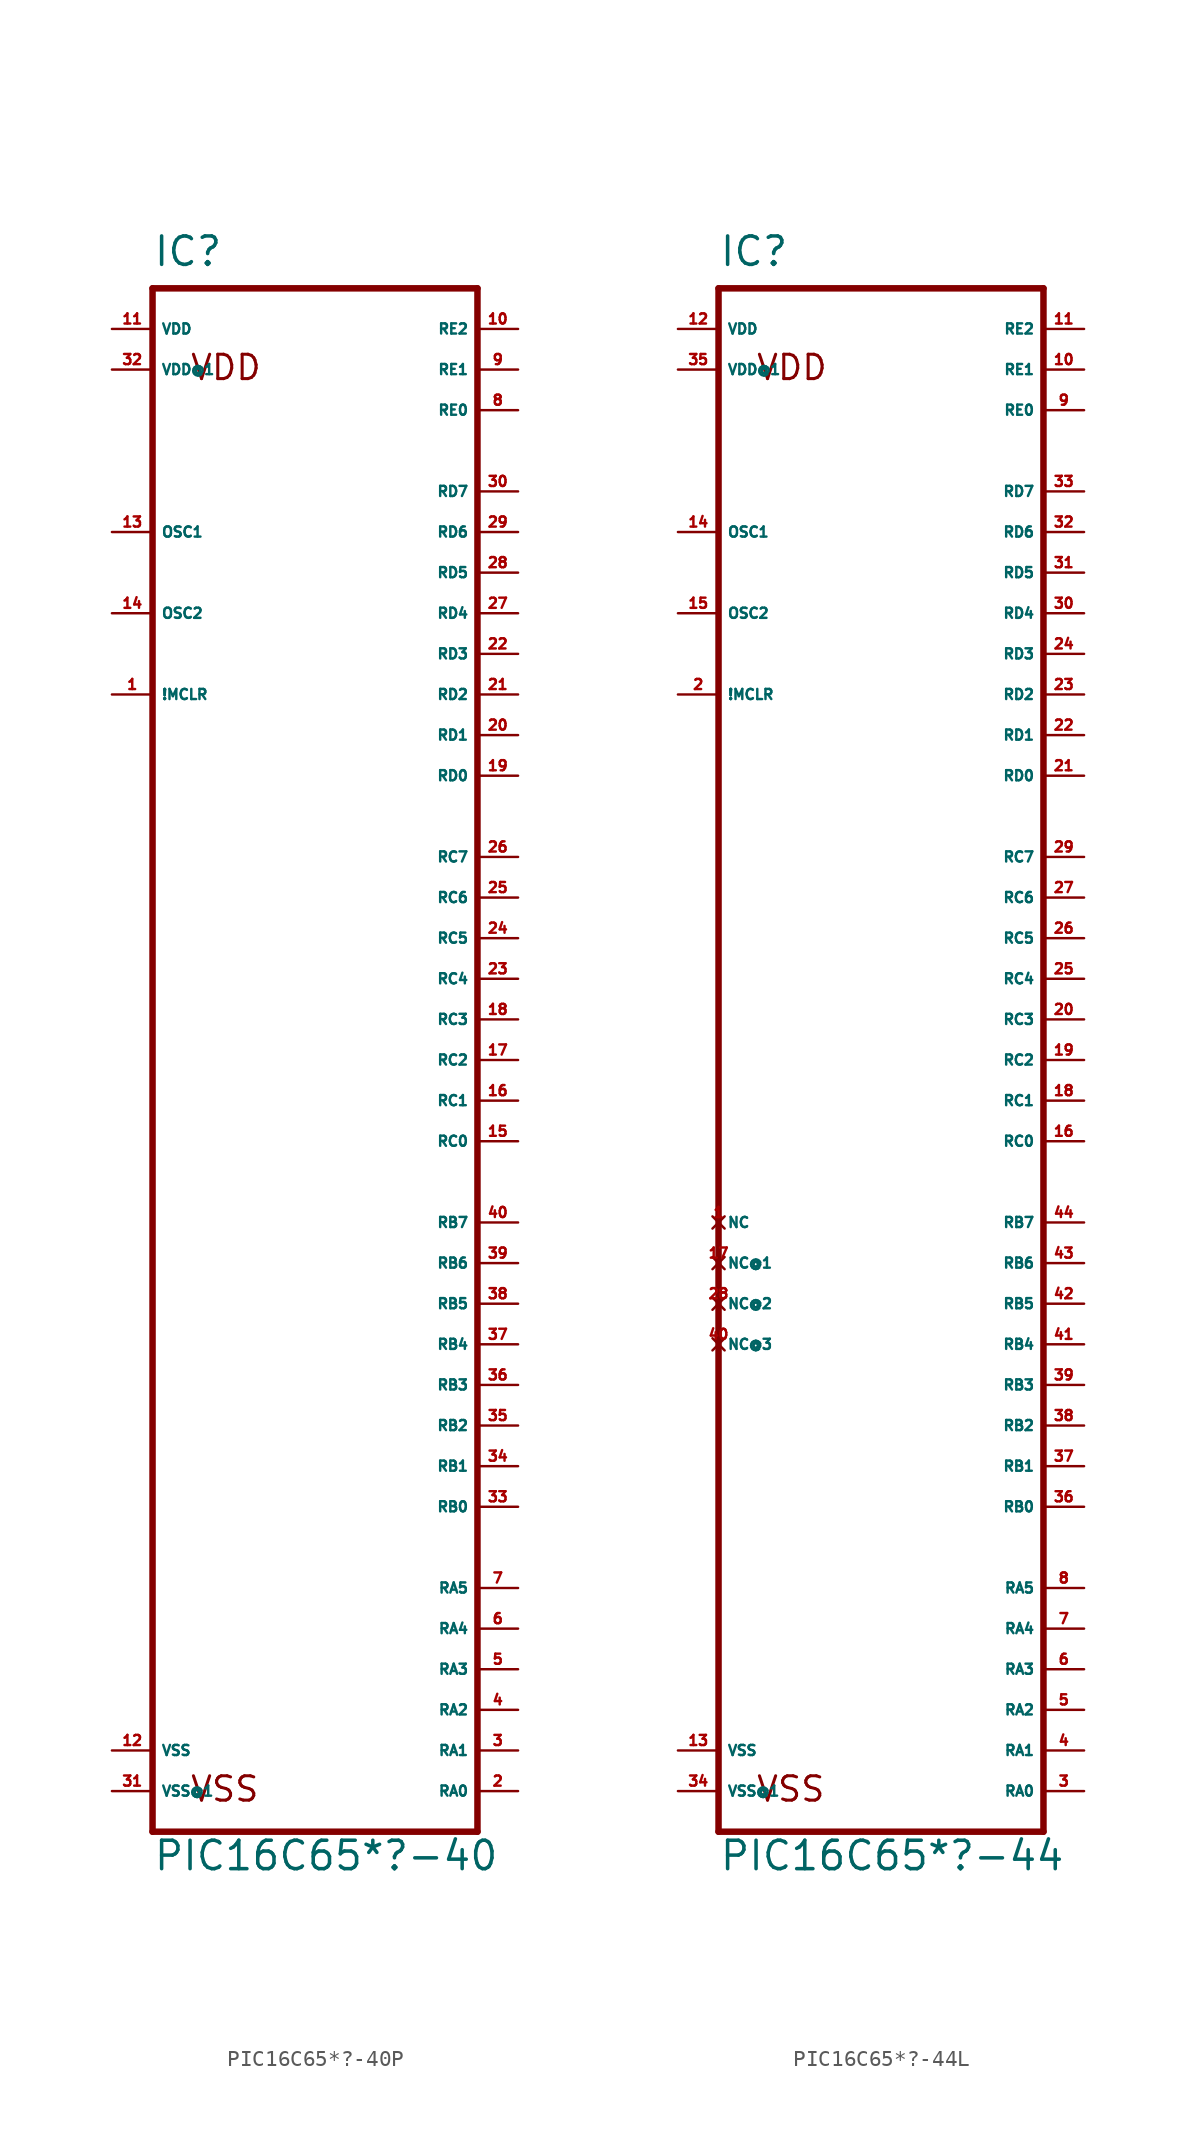
<source format=kicad_sym>
(kicad_symbol_lib
  (version 20220914)
  (generator Eagle2Kicad)
  (symbol "PIC16C65*?-40P"
    (property "Reference" "IC"
      (at -10.16 49.53 0)
      (effects (font (size 1.778 1.778) (thickness 0.22)) (justify left bottom)))
    (property "Value" "PIC16C65*?-40"
      (at -10.16 -50.8 0)
      (effects (font (size 1.778 1.778) (thickness 0.22)) (justify left bottom)))
    (polyline
      (pts (xy -10.16 -48.26) (xy 10.16 -48.26))
      (stroke (width 0.406) (type default))
      (fill (type none)))
    (polyline
      (pts (xy 10.16 -48.26) (xy 10.16 48.26))
      (stroke (width 0.406) (type default))
      (fill (type none)))
    (polyline
      (pts (xy 10.16 48.26) (xy -10.16 48.26))
      (stroke (width 0.406) (type default))
      (fill (type none)))
    (polyline
      (pts (xy -10.16 48.26) (xy -10.16 -48.26))
      (stroke (width 0.406) (type default))
      (fill (type none)))
    (text "VDD"
      (at -7.874 42.418 0)
      (effects (font (size 1.524 1.524) (thickness 0.19)) (justify left bottom)))
    (text "VSS"
      (at -7.874 -46.482 0)
      (effects (font (size 1.524 1.524) (thickness 0.19)) (justify left bottom)))
    (pin input line
      (at -12.7 22.86 0)
      (length 2.54)
      (name "!MCLR" (effects (font (size 0.635 0.635) (thickness 0.08)) (justify left bottom)))
      (number "1" (effects (font (size 0.635 0.635) (thickness 0.08)) (justify left bottom))))
    (pin input line
      (at -12.7 33.02 0)
      (length 2.54)
      (name "OSC1" (effects (font (size 0.635 0.635) (thickness 0.08)) (justify left bottom)))
      (number "13" (effects (font (size 0.635 0.635) (thickness 0.08)) (justify left bottom))))
    (pin bidirectional line
      (at 12.7 -45.72 180)
      (length 2.54)
      (name "RA0" (effects (font (size 0.635 0.635) (thickness 0.08)) (justify left bottom)))
      (number "2" (effects (font (size 0.635 0.635) (thickness 0.08)) (justify left bottom))))
    (pin bidirectional line
      (at 12.7 -43.18 180)
      (length 2.54)
      (name "RA1" (effects (font (size 0.635 0.635) (thickness 0.08)) (justify left bottom)))
      (number "3" (effects (font (size 0.635 0.635) (thickness 0.08)) (justify left bottom))))
    (pin bidirectional line
      (at 12.7 -40.64 180)
      (length 2.54)
      (name "RA2" (effects (font (size 0.635 0.635) (thickness 0.08)) (justify left bottom)))
      (number "4" (effects (font (size 0.635 0.635) (thickness 0.08)) (justify left bottom))))
    (pin bidirectional line
      (at 12.7 -38.1 180)
      (length 2.54)
      (name "RA3" (effects (font (size 0.635 0.635) (thickness 0.08)) (justify left bottom)))
      (number "5" (effects (font (size 0.635 0.635) (thickness 0.08)) (justify left bottom))))
    (pin bidirectional line
      (at 12.7 -35.56 180)
      (length 2.54)
      (name "RA4" (effects (font (size 0.635 0.635) (thickness 0.08)) (justify left bottom)))
      (number "6" (effects (font (size 0.635 0.635) (thickness 0.08)) (justify left bottom))))
    (pin bidirectional line
      (at 12.7 -33.02 180)
      (length 2.54)
      (name "RA5" (effects (font (size 0.635 0.635) (thickness 0.08)) (justify left bottom)))
      (number "7" (effects (font (size 0.635 0.635) (thickness 0.08)) (justify left bottom))))
    (pin bidirectional line
      (at 12.7 -27.94 180)
      (length 2.54)
      (name "RB0" (effects (font (size 0.635 0.635) (thickness 0.08)) (justify left bottom)))
      (number "33" (effects (font (size 0.635 0.635) (thickness 0.08)) (justify left bottom))))
    (pin bidirectional line
      (at 12.7 -25.4 180)
      (length 2.54)
      (name "RB1" (effects (font (size 0.635 0.635) (thickness 0.08)) (justify left bottom)))
      (number "34" (effects (font (size 0.635 0.635) (thickness 0.08)) (justify left bottom))))
    (pin bidirectional line
      (at 12.7 -22.86 180)
      (length 2.54)
      (name "RB2" (effects (font (size 0.635 0.635) (thickness 0.08)) (justify left bottom)))
      (number "35" (effects (font (size 0.635 0.635) (thickness 0.08)) (justify left bottom))))
    (pin bidirectional line
      (at 12.7 -20.32 180)
      (length 2.54)
      (name "RB3" (effects (font (size 0.635 0.635) (thickness 0.08)) (justify left bottom)))
      (number "36" (effects (font (size 0.635 0.635) (thickness 0.08)) (justify left bottom))))
    (pin bidirectional line
      (at 12.7 -17.78 180)
      (length 2.54)
      (name "RB4" (effects (font (size 0.635 0.635) (thickness 0.08)) (justify left bottom)))
      (number "37" (effects (font (size 0.635 0.635) (thickness 0.08)) (justify left bottom))))
    (pin bidirectional line
      (at 12.7 -15.24 180)
      (length 2.54)
      (name "RB5" (effects (font (size 0.635 0.635) (thickness 0.08)) (justify left bottom)))
      (number "38" (effects (font (size 0.635 0.635) (thickness 0.08)) (justify left bottom))))
    (pin bidirectional line
      (at 12.7 -12.7 180)
      (length 2.54)
      (name "RB6" (effects (font (size 0.635 0.635) (thickness 0.08)) (justify left bottom)))
      (number "39" (effects (font (size 0.635 0.635) (thickness 0.08)) (justify left bottom))))
    (pin output line
      (at 12.7 -5.08 180)
      (length 2.54)
      (name "RC0" (effects (font (size 0.635 0.635) (thickness 0.08)) (justify left bottom)))
      (number "15" (effects (font (size 0.635 0.635) (thickness 0.08)) (justify left bottom))))
    (pin output line
      (at 12.7 -2.54 180)
      (length 2.54)
      (name "RC1" (effects (font (size 0.635 0.635) (thickness 0.08)) (justify left bottom)))
      (number "16" (effects (font (size 0.635 0.635) (thickness 0.08)) (justify left bottom))))
    (pin output line
      (at 12.7 0 180)
      (length 2.54)
      (name "RC2" (effects (font (size 0.635 0.635) (thickness 0.08)) (justify left bottom)))
      (number "17" (effects (font (size 0.635 0.635) (thickness 0.08)) (justify left bottom))))
    (pin output line
      (at 12.7 2.54 180)
      (length 2.54)
      (name "RC3" (effects (font (size 0.635 0.635) (thickness 0.08)) (justify left bottom)))
      (number "18" (effects (font (size 0.635 0.635) (thickness 0.08)) (justify left bottom))))
    (pin output line
      (at 12.7 5.08 180)
      (length 2.54)
      (name "RC4" (effects (font (size 0.635 0.635) (thickness 0.08)) (justify left bottom)))
      (number "23" (effects (font (size 0.635 0.635) (thickness 0.08)) (justify left bottom))))
    (pin output line
      (at 12.7 7.62 180)
      (length 2.54)
      (name "RC5" (effects (font (size 0.635 0.635) (thickness 0.08)) (justify left bottom)))
      (number "24" (effects (font (size 0.635 0.635) (thickness 0.08)) (justify left bottom))))
    (pin output line
      (at 12.7 10.16 180)
      (length 2.54)
      (name "RC6" (effects (font (size 0.635 0.635) (thickness 0.08)) (justify left bottom)))
      (number "25" (effects (font (size 0.635 0.635) (thickness 0.08)) (justify left bottom))))
    (pin output line
      (at 12.7 12.7 180)
      (length 2.54)
      (name "RC7" (effects (font (size 0.635 0.635) (thickness 0.08)) (justify left bottom)))
      (number "26" (effects (font (size 0.635 0.635) (thickness 0.08)) (justify left bottom))))
    (pin bidirectional line
      (at 12.7 -10.16 180)
      (length 2.54)
      (name "RB7" (effects (font (size 0.635 0.635) (thickness 0.08)) (justify left bottom)))
      (number "40" (effects (font (size 0.635 0.635) (thickness 0.08)) (justify left bottom))))
    (pin bidirectional line
      (at 12.7 17.78 180)
      (length 2.54)
      (name "RD0" (effects (font (size 0.635 0.635) (thickness 0.08)) (justify left bottom)))
      (number "19" (effects (font (size 0.635 0.635) (thickness 0.08)) (justify left bottom))))
    (pin bidirectional line
      (at 12.7 20.32 180)
      (length 2.54)
      (name "RD1" (effects (font (size 0.635 0.635) (thickness 0.08)) (justify left bottom)))
      (number "20" (effects (font (size 0.635 0.635) (thickness 0.08)) (justify left bottom))))
    (pin bidirectional line
      (at 12.7 22.86 180)
      (length 2.54)
      (name "RD2" (effects (font (size 0.635 0.635) (thickness 0.08)) (justify left bottom)))
      (number "21" (effects (font (size 0.635 0.635) (thickness 0.08)) (justify left bottom))))
    (pin bidirectional line
      (at 12.7 25.4 180)
      (length 2.54)
      (name "RD3" (effects (font (size 0.635 0.635) (thickness 0.08)) (justify left bottom)))
      (number "22" (effects (font (size 0.635 0.635) (thickness 0.08)) (justify left bottom))))
    (pin bidirectional line
      (at 12.7 27.94 180)
      (length 2.54)
      (name "RD4" (effects (font (size 0.635 0.635) (thickness 0.08)) (justify left bottom)))
      (number "27" (effects (font (size 0.635 0.635) (thickness 0.08)) (justify left bottom))))
    (pin bidirectional line
      (at 12.7 30.48 180)
      (length 2.54)
      (name "RD5" (effects (font (size 0.635 0.635) (thickness 0.08)) (justify left bottom)))
      (number "28" (effects (font (size 0.635 0.635) (thickness 0.08)) (justify left bottom))))
    (pin bidirectional line
      (at 12.7 33.02 180)
      (length 2.54)
      (name "RD6" (effects (font (size 0.635 0.635) (thickness 0.08)) (justify left bottom)))
      (number "29" (effects (font (size 0.635 0.635) (thickness 0.08)) (justify left bottom))))
    (pin bidirectional line
      (at 12.7 35.56 180)
      (length 2.54)
      (name "RD7" (effects (font (size 0.635 0.635) (thickness 0.08)) (justify left bottom)))
      (number "30" (effects (font (size 0.635 0.635) (thickness 0.08)) (justify left bottom))))
    (pin output line
      (at -12.7 27.94 0)
      (length 2.54)
      (name "OSC2" (effects (font (size 0.635 0.635) (thickness 0.08)) (justify left bottom)))
      (number "14" (effects (font (size 0.635 0.635) (thickness 0.08)) (justify left bottom))))
    (pin unspecified line
      (at -12.7 -45.72 0)
      (length 2.54)
      (name "VSS@1" (effects (font (size 0.635 0.635) (thickness 0.08)) (justify left bottom)))
      (number "31" (effects (font (size 0.635 0.635) (thickness 0.08)) (justify left bottom))))
    (pin unspecified line
      (at -12.7 -43.18 0)
      (length 2.54)
      (name "VSS" (effects (font (size 0.635 0.635) (thickness 0.08)) (justify left bottom)))
      (number "12" (effects (font (size 0.635 0.635) (thickness 0.08)) (justify left bottom))))
    (pin unspecified line
      (at -12.7 43.18 0)
      (length 2.54)
      (name "VDD@1" (effects (font (size 0.635 0.635) (thickness 0.08)) (justify left bottom)))
      (number "32" (effects (font (size 0.635 0.635) (thickness 0.08)) (justify left bottom))))
    (pin unspecified line
      (at -12.7 45.72 0)
      (length 2.54)
      (name "VDD" (effects (font (size 0.635 0.635) (thickness 0.08)) (justify left bottom)))
      (number "11" (effects (font (size 0.635 0.635) (thickness 0.08)) (justify left bottom))))
    (pin bidirectional line
      (at 12.7 40.64 180)
      (length 2.54)
      (name "RE0" (effects (font (size 0.635 0.635) (thickness 0.08)) (justify left bottom)))
      (number "8" (effects (font (size 0.635 0.635) (thickness 0.08)) (justify left bottom))))
    (pin bidirectional line
      (at 12.7 43.18 180)
      (length 2.54)
      (name "RE1" (effects (font (size 0.635 0.635) (thickness 0.08)) (justify left bottom)))
      (number "9" (effects (font (size 0.635 0.635) (thickness 0.08)) (justify left bottom))))
    (pin bidirectional line
      (at 12.7 45.72 180)
      (length 2.54)
      (name "RE2" (effects (font (size 0.635 0.635) (thickness 0.08)) (justify left bottom)))
      (number "10" (effects (font (size 0.635 0.635) (thickness 0.08)) (justify left bottom)))))
  (symbol "PIC16C65*?-44L"
    (property "Reference" "IC"
      (at -10.16 44.45 0)
      (effects (font (size 1.778 1.778) (thickness 0.22)) (justify left bottom)))
    (property "Value" "PIC16C65*?-44"
      (at -10.16 -55.88 0)
      (effects (font (size 1.778 1.778) (thickness 0.22)) (justify left bottom)))
    (polyline
      (pts (xy -10.16 -53.34) (xy 10.16 -53.34))
      (stroke (width 0.406) (type default))
      (fill (type none)))
    (polyline
      (pts (xy 10.16 -53.34) (xy 10.16 43.18))
      (stroke (width 0.406) (type default))
      (fill (type none)))
    (polyline
      (pts (xy 10.16 43.18) (xy -10.16 43.18))
      (stroke (width 0.406) (type default))
      (fill (type none)))
    (polyline
      (pts (xy -10.16 43.18) (xy -10.16 -53.34))
      (stroke (width 0.406) (type default))
      (fill (type none)))
    (text "VDD"
      (at -7.874 37.338 0)
      (effects (font (size 1.524 1.524) (thickness 0.19)) (justify left bottom)))
    (text "VSS"
      (at -7.874 -51.562 0)
      (effects (font (size 1.524 1.524) (thickness 0.19)) (justify left bottom)))
    (pin input line
      (at -12.7 17.78 0)
      (length 2.54)
      (name "!MCLR" (effects (font (size 0.635 0.635) (thickness 0.08)) (justify left bottom)))
      (number "2" (effects (font (size 0.635 0.635) (thickness 0.08)) (justify left bottom))))
    (pin input line
      (at -12.7 27.94 0)
      (length 2.54)
      (name "OSC1" (effects (font (size 0.635 0.635) (thickness 0.08)) (justify left bottom)))
      (number "14" (effects (font (size 0.635 0.635) (thickness 0.08)) (justify left bottom))))
    (pin bidirectional line
      (at 12.7 -50.8 180)
      (length 2.54)
      (name "RA0" (effects (font (size 0.635 0.635) (thickness 0.08)) (justify left bottom)))
      (number "3" (effects (font (size 0.635 0.635) (thickness 0.08)) (justify left bottom))))
    (pin bidirectional line
      (at 12.7 -48.26 180)
      (length 2.54)
      (name "RA1" (effects (font (size 0.635 0.635) (thickness 0.08)) (justify left bottom)))
      (number "4" (effects (font (size 0.635 0.635) (thickness 0.08)) (justify left bottom))))
    (pin bidirectional line
      (at 12.7 -45.72 180)
      (length 2.54)
      (name "RA2" (effects (font (size 0.635 0.635) (thickness 0.08)) (justify left bottom)))
      (number "5" (effects (font (size 0.635 0.635) (thickness 0.08)) (justify left bottom))))
    (pin bidirectional line
      (at 12.7 -43.18 180)
      (length 2.54)
      (name "RA3" (effects (font (size 0.635 0.635) (thickness 0.08)) (justify left bottom)))
      (number "6" (effects (font (size 0.635 0.635) (thickness 0.08)) (justify left bottom))))
    (pin bidirectional line
      (at 12.7 -30.48 180)
      (length 2.54)
      (name "RB1" (effects (font (size 0.635 0.635) (thickness 0.08)) (justify left bottom)))
      (number "37" (effects (font (size 0.635 0.635) (thickness 0.08)) (justify left bottom))))
    (pin bidirectional line
      (at 12.7 -27.94 180)
      (length 2.54)
      (name "RB2" (effects (font (size 0.635 0.635) (thickness 0.08)) (justify left bottom)))
      (number "38" (effects (font (size 0.635 0.635) (thickness 0.08)) (justify left bottom))))
    (pin bidirectional line
      (at 12.7 -25.4 180)
      (length 2.54)
      (name "RB3" (effects (font (size 0.635 0.635) (thickness 0.08)) (justify left bottom)))
      (number "39" (effects (font (size 0.635 0.635) (thickness 0.08)) (justify left bottom))))
    (pin bidirectional line
      (at 12.7 -38.1 180)
      (length 2.54)
      (name "RA5" (effects (font (size 0.635 0.635) (thickness 0.08)) (justify left bottom)))
      (number "8" (effects (font (size 0.635 0.635) (thickness 0.08)) (justify left bottom))))
    (pin bidirectional line
      (at 12.7 -22.86 180)
      (length 2.54)
      (name "RB4" (effects (font (size 0.635 0.635) (thickness 0.08)) (justify left bottom)))
      (number "41" (effects (font (size 0.635 0.635) (thickness 0.08)) (justify left bottom))))
    (pin bidirectional line
      (at 12.7 -20.32 180)
      (length 2.54)
      (name "RB5" (effects (font (size 0.635 0.635) (thickness 0.08)) (justify left bottom)))
      (number "42" (effects (font (size 0.635 0.635) (thickness 0.08)) (justify left bottom))))
    (pin bidirectional line
      (at 12.7 -17.78 180)
      (length 2.54)
      (name "RB6" (effects (font (size 0.635 0.635) (thickness 0.08)) (justify left bottom)))
      (number "43" (effects (font (size 0.635 0.635) (thickness 0.08)) (justify left bottom))))
    (pin bidirectional line
      (at 12.7 -15.24 180)
      (length 2.54)
      (name "RB7" (effects (font (size 0.635 0.635) (thickness 0.08)) (justify left bottom)))
      (number "44" (effects (font (size 0.635 0.635) (thickness 0.08)) (justify left bottom))))
    (pin bidirectional line
      (at 12.7 -10.16 180)
      (length 2.54)
      (name "RC0" (effects (font (size 0.635 0.635) (thickness 0.08)) (justify left bottom)))
      (number "16" (effects (font (size 0.635 0.635) (thickness 0.08)) (justify left bottom))))
    (pin bidirectional line
      (at 12.7 -7.62 180)
      (length 2.54)
      (name "RC1" (effects (font (size 0.635 0.635) (thickness 0.08)) (justify left bottom)))
      (number "18" (effects (font (size 0.635 0.635) (thickness 0.08)) (justify left bottom))))
    (pin bidirectional line
      (at 12.7 -5.08 180)
      (length 2.54)
      (name "RC2" (effects (font (size 0.635 0.635) (thickness 0.08)) (justify left bottom)))
      (number "19" (effects (font (size 0.635 0.635) (thickness 0.08)) (justify left bottom))))
    (pin bidirectional line
      (at 12.7 -2.54 180)
      (length 2.54)
      (name "RC3" (effects (font (size 0.635 0.635) (thickness 0.08)) (justify left bottom)))
      (number "20" (effects (font (size 0.635 0.635) (thickness 0.08)) (justify left bottom))))
    (pin bidirectional line
      (at 12.7 12.7 180)
      (length 2.54)
      (name "RD0" (effects (font (size 0.635 0.635) (thickness 0.08)) (justify left bottom)))
      (number "21" (effects (font (size 0.635 0.635) (thickness 0.08)) (justify left bottom))))
    (pin bidirectional line
      (at 12.7 15.24 180)
      (length 2.54)
      (name "RD1" (effects (font (size 0.635 0.635) (thickness 0.08)) (justify left bottom)))
      (number "22" (effects (font (size 0.635 0.635) (thickness 0.08)) (justify left bottom))))
    (pin bidirectional line
      (at 12.7 17.78 180)
      (length 2.54)
      (name "RD2" (effects (font (size 0.635 0.635) (thickness 0.08)) (justify left bottom)))
      (number "23" (effects (font (size 0.635 0.635) (thickness 0.08)) (justify left bottom))))
    (pin bidirectional line
      (at 12.7 20.32 180)
      (length 2.54)
      (name "RD3" (effects (font (size 0.635 0.635) (thickness 0.08)) (justify left bottom)))
      (number "24" (effects (font (size 0.635 0.635) (thickness 0.08)) (justify left bottom))))
    (pin bidirectional line
      (at 12.7 22.86 180)
      (length 2.54)
      (name "RD4" (effects (font (size 0.635 0.635) (thickness 0.08)) (justify left bottom)))
      (number "30" (effects (font (size 0.635 0.635) (thickness 0.08)) (justify left bottom))))
    (pin bidirectional line
      (at 12.7 25.4 180)
      (length 2.54)
      (name "RD5" (effects (font (size 0.635 0.635) (thickness 0.08)) (justify left bottom)))
      (number "31" (effects (font (size 0.635 0.635) (thickness 0.08)) (justify left bottom))))
    (pin bidirectional line
      (at 12.7 27.94 180)
      (length 2.54)
      (name "RD6" (effects (font (size 0.635 0.635) (thickness 0.08)) (justify left bottom)))
      (number "32" (effects (font (size 0.635 0.635) (thickness 0.08)) (justify left bottom))))
    (pin bidirectional line
      (at 12.7 30.48 180)
      (length 2.54)
      (name "RD7" (effects (font (size 0.635 0.635) (thickness 0.08)) (justify left bottom)))
      (number "33" (effects (font (size 0.635 0.635) (thickness 0.08)) (justify left bottom))))
    (pin bidirectional line
      (at 12.7 35.56 180)
      (length 2.54)
      (name "RE0" (effects (font (size 0.635 0.635) (thickness 0.08)) (justify left bottom)))
      (number "9" (effects (font (size 0.635 0.635) (thickness 0.08)) (justify left bottom))))
    (pin bidirectional line
      (at 12.7 38.1 180)
      (length 2.54)
      (name "RE1" (effects (font (size 0.635 0.635) (thickness 0.08)) (justify left bottom)))
      (number "10" (effects (font (size 0.635 0.635) (thickness 0.08)) (justify left bottom))))
    (pin bidirectional line
      (at 12.7 40.64 180)
      (length 2.54)
      (name "RE2" (effects (font (size 0.635 0.635) (thickness 0.08)) (justify left bottom)))
      (number "11" (effects (font (size 0.635 0.635) (thickness 0.08)) (justify left bottom))))
    (pin no_connect line
      (at -10.16 -15.24 0)
      (length 0)
      (name "NC" (effects (font (size 0.635 0.635) (thickness 0.08)) (justify left bottom) hide))
      (number "1" (effects (font (size 0.635 0.635) (thickness 0.08)) (justify left bottom) hide)))
    (pin no_connect line
      (at -10.16 -17.78 0)
      (length 0)
      (name "NC@1" (effects (font (size 0.635 0.635) (thickness 0.08)) (justify left bottom) hide))
      (number "17" (effects (font (size 0.635 0.635) (thickness 0.08)) (justify left bottom) hide)))
    (pin no_connect line
      (at -10.16 -20.32 0)
      (length 0)
      (name "NC@2" (effects (font (size 0.635 0.635) (thickness 0.08)) (justify left bottom) hide))
      (number "28" (effects (font (size 0.635 0.635) (thickness 0.08)) (justify left bottom) hide)))
    (pin no_connect line
      (at -10.16 -22.86 0)
      (length 0)
      (name "NC@3" (effects (font (size 0.635 0.635) (thickness 0.08)) (justify left bottom) hide))
      (number "40" (effects (font (size 0.635 0.635) (thickness 0.08)) (justify left bottom) hide)))
    (pin unspecified line
      (at -12.7 40.64 0)
      (length 2.54)
      (name "VDD" (effects (font (size 0.635 0.635) (thickness 0.08)) (justify left bottom)))
      (number "12" (effects (font (size 0.635 0.635) (thickness 0.08)) (justify left bottom))))
    (pin unspecified line
      (at -12.7 38.1 0)
      (length 2.54)
      (name "VDD@1" (effects (font (size 0.635 0.635) (thickness 0.08)) (justify left bottom)))
      (number "35" (effects (font (size 0.635 0.635) (thickness 0.08)) (justify left bottom))))
    (pin unspecified line
      (at -12.7 -48.26 0)
      (length 2.54)
      (name "VSS" (effects (font (size 0.635 0.635) (thickness 0.08)) (justify left bottom)))
      (number "13" (effects (font (size 0.635 0.635) (thickness 0.08)) (justify left bottom))))
    (pin unspecified line
      (at -12.7 -50.8 0)
      (length 2.54)
      (name "VSS@1" (effects (font (size 0.635 0.635) (thickness 0.08)) (justify left bottom)))
      (number "34" (effects (font (size 0.635 0.635) (thickness 0.08)) (justify left bottom))))
    (pin bidirectional line
      (at 12.7 0 180)
      (length 2.54)
      (name "RC4" (effects (font (size 0.635 0.635) (thickness 0.08)) (justify left bottom)))
      (number "25" (effects (font (size 0.635 0.635) (thickness 0.08)) (justify left bottom))))
    (pin bidirectional line
      (at 12.7 2.54 180)
      (length 2.54)
      (name "RC5" (effects (font (size 0.635 0.635) (thickness 0.08)) (justify left bottom)))
      (number "26" (effects (font (size 0.635 0.635) (thickness 0.08)) (justify left bottom))))
    (pin bidirectional line
      (at 12.7 5.08 180)
      (length 2.54)
      (name "RC6" (effects (font (size 0.635 0.635) (thickness 0.08)) (justify left bottom)))
      (number "27" (effects (font (size 0.635 0.635) (thickness 0.08)) (justify left bottom))))
    (pin bidirectional line
      (at 12.7 7.62 180)
      (length 2.54)
      (name "RC7" (effects (font (size 0.635 0.635) (thickness 0.08)) (justify left bottom)))
      (number "29" (effects (font (size 0.635 0.635) (thickness 0.08)) (justify left bottom))))
    (pin output line
      (at -12.7 22.86 0)
      (length 2.54)
      (name "OSC2" (effects (font (size 0.635 0.635) (thickness 0.08)) (justify left bottom)))
      (number "15" (effects (font (size 0.635 0.635) (thickness 0.08)) (justify left bottom))))
    (pin bidirectional line
      (at 12.7 -33.02 180)
      (length 2.54)
      (name "RB0" (effects (font (size 0.635 0.635) (thickness 0.08)) (justify left bottom)))
      (number "36" (effects (font (size 0.635 0.635) (thickness 0.08)) (justify left bottom))))
    (pin bidirectional line
      (at 12.7 -40.64 180)
      (length 2.54)
      (name "RA4" (effects (font (size 0.635 0.635) (thickness 0.08)) (justify left bottom)))
      (number "7" (effects (font (size 0.635 0.635) (thickness 0.08)) (justify left bottom))))))
</source>
